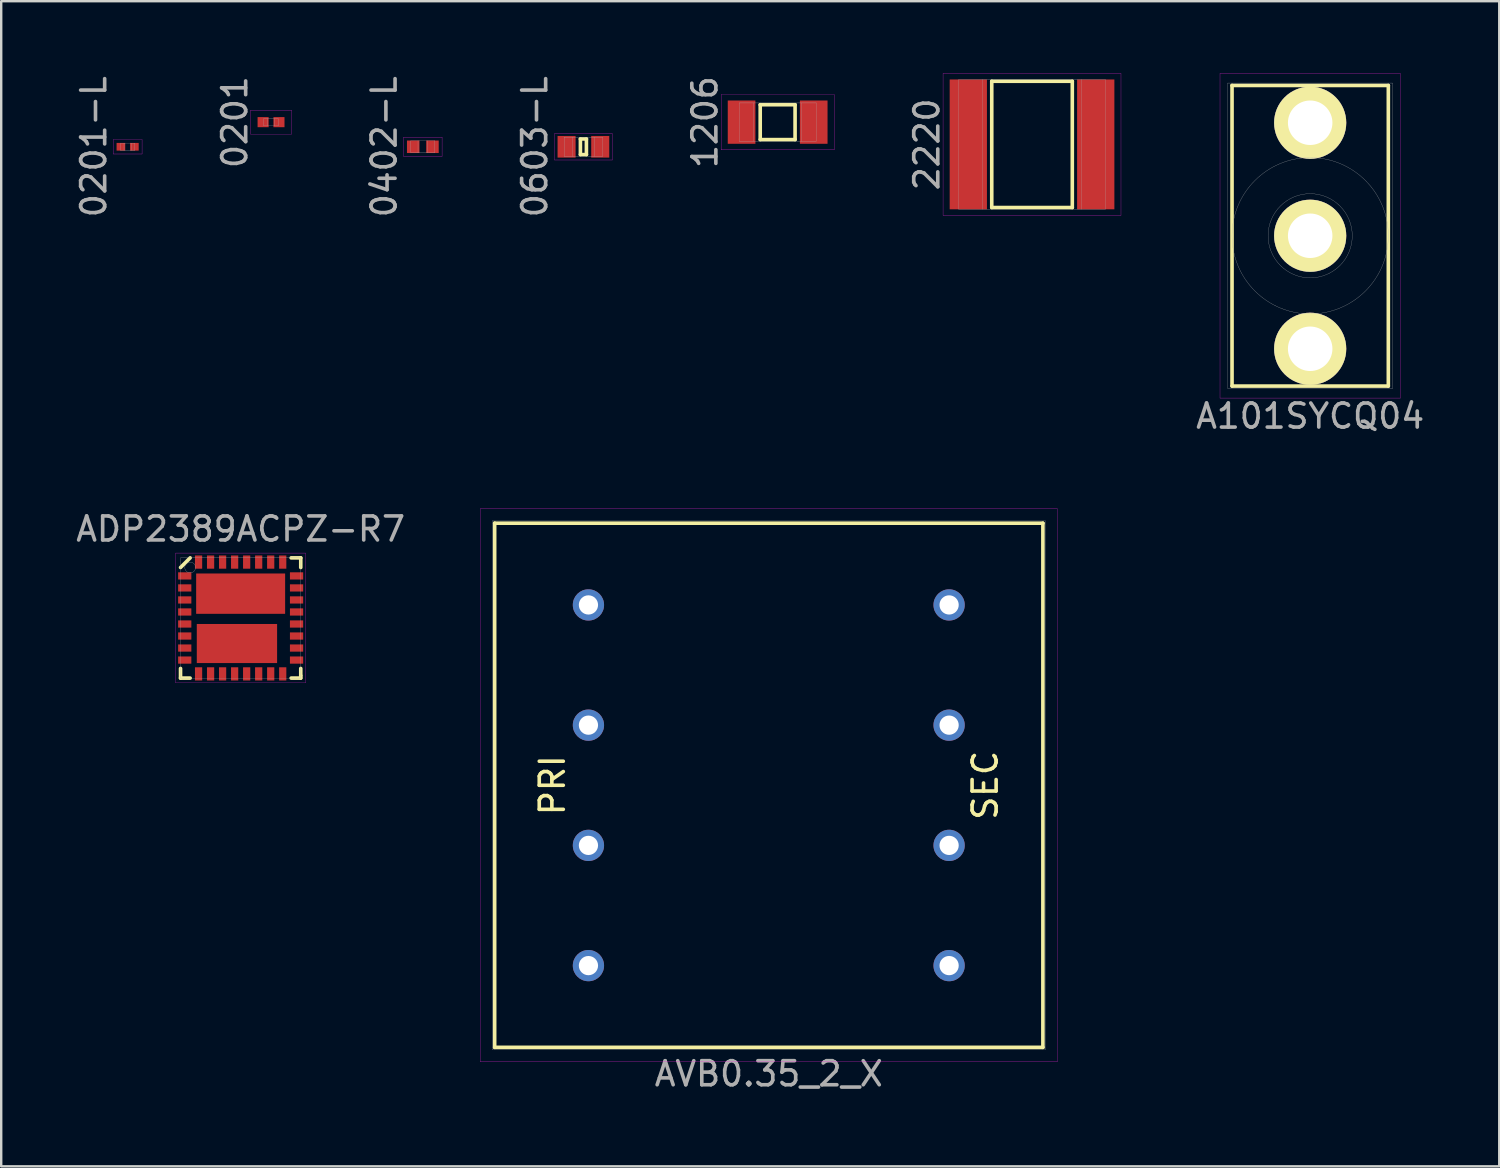
<source format=kicad_pcb>
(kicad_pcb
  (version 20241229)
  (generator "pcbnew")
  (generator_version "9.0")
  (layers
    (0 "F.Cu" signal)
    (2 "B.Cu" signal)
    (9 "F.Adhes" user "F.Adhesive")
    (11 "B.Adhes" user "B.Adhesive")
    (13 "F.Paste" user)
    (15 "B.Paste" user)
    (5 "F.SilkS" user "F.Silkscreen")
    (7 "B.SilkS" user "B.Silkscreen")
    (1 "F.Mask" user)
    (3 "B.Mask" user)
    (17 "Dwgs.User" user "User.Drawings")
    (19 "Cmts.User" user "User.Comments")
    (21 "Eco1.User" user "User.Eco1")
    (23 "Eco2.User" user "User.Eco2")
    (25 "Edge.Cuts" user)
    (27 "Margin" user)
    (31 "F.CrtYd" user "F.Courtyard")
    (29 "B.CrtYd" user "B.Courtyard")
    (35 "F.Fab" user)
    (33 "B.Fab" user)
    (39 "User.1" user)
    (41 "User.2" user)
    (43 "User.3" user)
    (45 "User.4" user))
  (footprint "0201-L"
    (layer "F.Cu")
    (at 2.258 3.054)
    (property "Reference" "0201-L" (at -1.41 0 90) (layer "F.Fab") (effects (font (size 1 1) (thickness 0.15))))
    (attr through_hole)
    (fp_line (start -0.6 -0.3) (end 0.6 -0.3) (stroke (width 0.01) (type solid)) (layer "F.CrtYd"))
    (fp_line (start -0.6 0.3) (end -0.6 -0.3) (stroke (width 0.01) (type solid)) (layer "F.CrtYd"))
    (fp_line (start 0.6 -0.3) (end 0.6 0.3) (stroke (width 0.01) (type solid)) (layer "F.CrtYd"))
    (fp_line (start 0.6 0.3) (end -0.6 0.3) (stroke (width 0.01) (type solid)) (layer "F.CrtYd"))
    (fp_line (start -0.3 -0.15) (end 0.3 -0.15) (stroke (width 0.01) (type solid)) (layer "F.Fab"))
    (fp_line (start -0.3 0.15) (end -0.3 -0.15) (stroke (width 0.01) (type solid)) (layer "F.Fab"))
    (fp_line (start -0.15 -0.15) (end -0.15 0.15) (stroke (width 0.01) (type solid)) (layer "F.Fab"))
    (fp_line (start 0.15 -0.15) (end 0.15 0.15) (stroke (width 0.01) (type solid)) (layer "F.Fab"))
    (fp_line (start 0.3 -0.15) (end 0.3 0.15) (stroke (width 0.01) (type solid)) (layer "F.Fab"))
    (fp_line (start 0.3 0.15) (end -0.3 0.15) (stroke (width 0.01) (type solid)) (layer "F.Fab"))
    (pad "1" smd rect (at -0.28 0) (size 0.36 0.32) (layers "F.Cu" "F.Mask" "F.Paste"))
    (pad "2" smd rect (at 0.28 0) (size 0.36 0.32) (layers "F.Cu" "F.Mask" "F.Paste")))
  (footprint "0201"
    (layer "F.Cu")
    (at 8.222 2.03)
    (property "Reference" "0201" (at -1.51 0 90) (layer "F.Fab") (effects (font (size 1 1) (thickness 0.15))))
    (attr through_hole)
    (fp_line (start -0.85 -0.5) (end 0.85 -0.5) (stroke (width 0.01) (type solid)) (layer "F.CrtYd"))
    (fp_line (start -0.85 0.5) (end -0.85 -0.5) (stroke (width 0.01) (type solid)) (layer "F.CrtYd"))
    (fp_line (start 0.85 -0.5) (end 0.85 0.5) (stroke (width 0.01) (type solid)) (layer "F.CrtYd"))
    (fp_line (start 0.85 0.5) (end -0.85 0.5) (stroke (width 0.01) (type solid)) (layer "F.CrtYd"))
    (fp_line (start -0.3 -0.15) (end 0.3 -0.15) (stroke (width 0.01) (type solid)) (layer "F.Fab"))
    (fp_line (start -0.3 0.15) (end -0.3 -0.15) (stroke (width 0.01) (type solid)) (layer "F.Fab"))
    (fp_line (start -0.15 -0.15) (end -0.15 0.15) (stroke (width 0.01) (type solid)) (layer "F.Fab"))
    (fp_line (start 0.15 -0.15) (end 0.15 0.15) (stroke (width 0.01) (type solid)) (layer "F.Fab"))
    (fp_line (start 0.3 -0.15) (end 0.3 0.15) (stroke (width 0.01) (type solid)) (layer "F.Fab"))
    (fp_line (start 0.3 0.15) (end -0.3 0.15) (stroke (width 0.01) (type solid)) (layer "F.Fab"))
    (pad "1" smd rect (at -0.33 0) (size 0.46 0.42) (layers "F.Cu" "F.Mask" "F.Paste"))
    (pad "2" smd rect (at 0.33 0) (size 0.46 0.42) (layers "F.Cu" "F.Mask" "F.Paste")))
  (footprint "0603-L"
    (layer "F.Cu")
    (at 21.213 3.054)
    (property "Reference" "0603-L" (at -2.025 0 90) (layer "F.Fab") (effects (font (size 1 1) (thickness 0.15))))
    (attr through_hole)
    (fp_line (start -0.125 -0.325) (end 0.125 -0.325) (stroke (width 0.15) (type solid)) (layer "F.SilkS"))
    (fp_line (start -0.125 0.325) (end -0.125 -0.325) (stroke (width 0.15) (type solid)) (layer "F.SilkS"))
    (fp_line (start 0.125 -0.325) (end 0.125 0.325) (stroke (width 0.15) (type solid)) (layer "F.SilkS"))
    (fp_line (start 0.125 0.325) (end -0.125 0.325) (stroke (width 0.15) (type solid)) (layer "F.SilkS"))
    (fp_line (start -1.2 -0.55) (end 1.2 -0.55) (stroke (width 0.01) (type solid)) (layer "F.CrtYd"))
    (fp_line (start -1.2 0.55) (end -1.2 -0.55) (stroke (width 0.01) (type solid)) (layer "F.CrtYd"))
    (fp_line (start 1.2 -0.55) (end 1.2 0.55) (stroke (width 0.01) (type solid)) (layer "F.CrtYd"))
    (fp_line (start 1.2 0.55) (end -1.2 0.55) (stroke (width 0.01) (type solid)) (layer "F.CrtYd"))
    (fp_line (start -0.8 -0.4) (end 0.8 -0.4) (stroke (width 0.01) (type solid)) (layer "F.Fab"))
    (fp_line (start -0.8 0.4) (end -0.8 -0.4) (stroke (width 0.01) (type solid)) (layer "F.Fab"))
    (fp_line (start -0.45 -0.4) (end -0.45 0.4) (stroke (width 0.01) (type solid)) (layer "F.Fab"))
    (fp_line (start 0.45 -0.4) (end 0.45 0.4) (stroke (width 0.01) (type solid)) (layer "F.Fab"))
    (fp_line (start 0.8 -0.4) (end 0.8 0.4) (stroke (width 0.01) (type solid)) (layer "F.Fab"))
    (fp_line (start 0.8 0.4) (end -0.8 0.4) (stroke (width 0.01) (type solid)) (layer "F.Fab"))
    (pad "1" smd rect (at -0.7 0) (size 0.75 0.9) (layers "F.Cu" "F.Mask" "F.Paste"))
    (pad "2" smd rect (at 0.7 0) (size 0.75 0.9) (layers "F.Cu" "F.Mask" "F.Paste")))
  (footprint "2220"
    (layer "F.Cu")
    (at 39.87 2.955)
    (property "Reference" "2220" (at -4.375 0 90) (layer "F.Fab") (effects (font (size 1 1) (thickness 0.15))))
    (attr through_hole)
    (fp_line (start -1.675 -2.625) (end 1.675 -2.625) (stroke (width 0.15) (type solid)) (layer "F.SilkS"))
    (fp_line (start -1.675 2.625) (end -1.675 -2.625) (stroke (width 0.15) (type solid)) (layer "F.SilkS"))
    (fp_line (start 1.675 -2.625) (end 1.675 2.625) (stroke (width 0.15) (type solid)) (layer "F.SilkS"))
    (fp_line (start 1.675 2.625) (end -1.675 2.625) (stroke (width 0.15) (type solid)) (layer "F.SilkS"))
    (fp_line (start -3.7 -2.95) (end 3.7 -2.95) (stroke (width 0.01) (type solid)) (layer "F.CrtYd"))
    (fp_line (start -3.7 2.95) (end -3.7 -2.95) (stroke (width 0.01) (type solid)) (layer "F.CrtYd"))
    (fp_line (start 3.7 -2.95) (end 3.7 2.95) (stroke (width 0.01) (type solid)) (layer "F.CrtYd"))
    (fp_line (start 3.7 2.95) (end -3.7 2.95) (stroke (width 0.01) (type solid)) (layer "F.CrtYd"))
    (fp_line (start -3.05 -2.7) (end 3.05 -2.7) (stroke (width 0.01) (type solid)) (layer "F.Fab"))
    (fp_line (start -3.05 2.7) (end -3.05 -2.7) (stroke (width 0.01) (type solid)) (layer "F.Fab"))
    (fp_line (start -2.05 -2.7) (end -2.05 2.7) (stroke (width 0.01) (type solid)) (layer "F.Fab"))
    (fp_line (start 2.05 -2.7) (end 2.05 2.7) (stroke (width 0.01) (type solid)) (layer "F.Fab"))
    (fp_line (start 3.05 -2.7) (end 3.05 2.7) (stroke (width 0.01) (type solid)) (layer "F.Fab"))
    (fp_line (start 3.05 2.7) (end -3.05 2.7) (stroke (width 0.01) (type solid)) (layer "F.Fab"))
    (pad "1" smd rect (at -2.65 0) (size 1.55 5.4) (layers "F.Cu" "F.Mask" "F.Paste"))
    (pad "2" smd rect (at 2.65 0) (size 1.55 5.4) (layers "F.Cu" "F.Mask" "F.Paste")))
  (footprint "1206"
    (layer "F.Cu")
    (at 29.291 2.03)
    (property "Reference" "1206" (at -3.025 0 90) (layer "F.Fab") (effects (font (size 1 1) (thickness 0.15))))
    (attr through_hole)
    (fp_line (start -0.725 -0.725) (end 0.725 -0.725) (stroke (width 0.15) (type solid)) (layer "F.SilkS"))
    (fp_line (start -0.725 0.725) (end -0.725 -0.725) (stroke (width 0.15) (type solid)) (layer "F.SilkS"))
    (fp_line (start 0.725 -0.725) (end 0.725 0.725) (stroke (width 0.15) (type solid)) (layer "F.SilkS"))
    (fp_line (start 0.725 0.725) (end -0.725 0.725) (stroke (width 0.15) (type solid)) (layer "F.SilkS"))
    (fp_line (start -2.35 -1.15) (end 2.35 -1.15) (stroke (width 0.01) (type solid)) (layer "F.CrtYd"))
    (fp_line (start -2.35 1.15) (end -2.35 -1.15) (stroke (width 0.01) (type solid)) (layer "F.CrtYd"))
    (fp_line (start 2.35 -1.15) (end 2.35 1.15) (stroke (width 0.01) (type solid)) (layer "F.CrtYd"))
    (fp_line (start 2.35 1.15) (end -2.35 1.15) (stroke (width 0.01) (type solid)) (layer "F.CrtYd"))
    (fp_line (start -1.6 -0.8) (end 1.6 -0.8) (stroke (width 0.01) (type solid)) (layer "F.Fab"))
    (fp_line (start -1.6 0.8) (end -1.6 -0.8) (stroke (width 0.01) (type solid)) (layer "F.Fab"))
    (fp_line (start -1 -0.8) (end -1 0.8) (stroke (width 0.01) (type solid)) (layer "F.Fab"))
    (fp_line (start 1 -0.8) (end 1 0.8) (stroke (width 0.01) (type solid)) (layer "F.Fab"))
    (fp_line (start 1.6 -0.8) (end 1.6 0.8) (stroke (width 0.01) (type solid)) (layer "F.Fab"))
    (fp_line (start 1.6 0.8) (end -1.6 0.8) (stroke (width 0.01) (type solid)) (layer "F.Fab"))
    (pad "1" smd rect (at -1.5 0) (size 1.15 1.8) (layers "F.Cu" "F.Mask" "F.Paste"))
    (pad "2" smd rect (at 1.5 0) (size 1.15 1.8) (layers "F.Cu" "F.Mask" "F.Paste")))
  (footprint "AVB0.35_2_X"
    (layer "F.Cu")
    (at 28.922 29.608)
    (property "Reference" "AVB0.35_2_X" (at 0 12 0) (layer "F.Fab") (effects (font (size 1 1) (thickness 0.15))))
    (attr through_hole)
    (fp_line (start -11.4 -10.9) (end -11.4 10.9) (stroke (width 0.15) (type solid)) (layer "F.SilkS"))
    (fp_line (start -11.4 10.9) (end 11.4 10.9) (stroke (width 0.15) (type solid)) (layer "F.SilkS"))
    (fp_line (start 11.4 -10.9) (end -11.4 -10.9) (stroke (width 0.15) (type solid)) (layer "F.SilkS"))
    (fp_line (start 11.4 10.9) (end 11.4 -10.9) (stroke (width 0.15) (type solid)) (layer "F.SilkS"))
    (fp_line (start -12 -11.5) (end 12 -11.5) (stroke (width 0.01) (type solid)) (layer "F.CrtYd"))
    (fp_line (start -12 11.5) (end -12 -11.5) (stroke (width 0.01) (type solid)) (layer "F.CrtYd"))
    (fp_line (start 12 -11.5) (end 12 11.5) (stroke (width 0.01) (type solid)) (layer "F.CrtYd"))
    (fp_line (start 12 11.5) (end -12 11.5) (stroke (width 0.01) (type solid)) (layer "F.CrtYd"))
    (fp_line (start -11.5 -11) (end 11.5 -11) (stroke (width 0.01) (type solid)) (layer "F.Fab"))
    (fp_line (start -11.5 11) (end -11.5 -11) (stroke (width 0.01) (type solid)) (layer "F.Fab"))
    (fp_line (start 11.5 -11) (end 11.5 11) (stroke (width 0.01) (type solid)) (layer "F.Fab"))
    (fp_line (start 11.5 11) (end -11.5 11) (stroke (width 0.01) (type solid)) (layer "F.Fab"))
    (fp_text user "SEC" (at 9 0 270) (layer "F.SilkS") (effects (font (size 1 1) (thickness 0.15))))
    (fp_text user "PRI" (at -9 0 90) (layer "F.SilkS") (effects (font (size 1 1) (thickness 0.15))))
    (pad "1" thru_hole circle (at -7.5 -7.5) (size 1.3 1.3) (drill 0.8) (layers "*.Cu" "*.Mask"))
    (pad "2" thru_hole circle (at -7.5 -2.5) (size 1.3 1.3) (drill 0.8) (layers "*.Cu" "*.Mask"))
    (pad "3" thru_hole circle (at -7.5 2.5) (size 1.3 1.3) (drill 0.8) (layers "*.Cu" "*.Mask"))
    (pad "4" thru_hole circle (at -7.5 7.5) (size 1.3 1.3) (drill 0.8) (layers "*.Cu" "*.Mask"))
    (pad "5" thru_hole circle (at 7.5 7.5) (size 1.3 1.3) (drill 0.8) (layers "*.Cu" "*.Mask"))
    (pad "6" thru_hole circle (at 7.5 2.5) (size 1.3 1.3) (drill 0.8) (layers "*.Cu" "*.Mask"))
    (pad "7" thru_hole circle (at 7.5 -2.5) (size 1.3 1.3) (drill 0.8) (layers "*.Cu" "*.Mask"))
    (pad "8" thru_hole circle (at 7.5 -7.5) (size 1.3 1.3) (drill 0.8) (layers "*.Cu" "*.Mask")))
  (footprint "0402-L"
    (layer "F.Cu")
    (at 14.535 3.054)
    (property "Reference" "0402-L" (at -1.61 0 90) (layer "F.Fab") (effects (font (size 1 1) (thickness 0.15))))
    (attr through_hole)
    (fp_line (start -0.8 -0.4) (end 0.8 -0.4) (stroke (width 0.01) (type solid)) (layer "F.CrtYd"))
    (fp_line (start -0.8 0.4) (end -0.8 -0.4) (stroke (width 0.01) (type solid)) (layer "F.CrtYd"))
    (fp_line (start 0.8 -0.4) (end 0.8 0.4) (stroke (width 0.01) (type solid)) (layer "F.CrtYd"))
    (fp_line (start 0.8 0.4) (end -0.8 0.4) (stroke (width 0.01) (type solid)) (layer "F.CrtYd"))
    (fp_line (start -0.5 -0.25) (end 0.5 -0.25) (stroke (width 0.01) (type solid)) (layer "F.Fab"))
    (fp_line (start -0.5 0.25) (end -0.5 -0.25) (stroke (width 0.01) (type solid)) (layer "F.Fab"))
    (fp_line (start -0.2 -0.25) (end -0.2 0.25) (stroke (width 0.01) (type solid)) (layer "F.Fab"))
    (fp_line (start 0.2 -0.25) (end 0.2 0.25) (stroke (width 0.01) (type solid)) (layer "F.Fab"))
    (fp_line (start 0.5 -0.25) (end 0.5 0.25) (stroke (width 0.01) (type solid)) (layer "F.Fab"))
    (fp_line (start 0.5 0.25) (end -0.5 0.25) (stroke (width 0.01) (type solid)) (layer "F.Fab"))
    (pad "1" smd rect (at -0.4 0) (size 0.52 0.52) (layers "F.Cu" "F.Mask" "F.Paste"))
    (pad "2" smd rect (at 0.4 0) (size 0.52 0.52) (layers "F.Cu" "F.Mask" "F.Paste")))
  (footprint "ADP2389ACPZ-R7"
    (layer "F.Cu")
    (at 6.958 22.651)
    (property "Reference" "ADP2389ACPZ-R7" (at 0 -3.7 0) (layer "F.Fab") (effects (font (size 1 1) (thickness 0.15))))
    (attr through_hole)
    (fp_line (start -2.5 2.1) (end -2.5 2.5) (stroke (width 0.15) (type solid)) (layer "F.SilkS"))
    (fp_line (start -2.5 2.5) (end -2.1 2.5) (stroke (width 0.15) (type solid)) (layer "F.SilkS"))
    (fp_line (start -2.1 -2.5) (end -2.5 -2.1) (stroke (width 0.15) (type solid)) (layer "F.SilkS"))
    (fp_line (start 2.5 -2.5) (end 2.1 -2.5) (stroke (width 0.15) (type solid)) (layer "F.SilkS"))
    (fp_line (start 2.5 -2.5) (end 2.5 -2.1) (stroke (width 0.15) (type solid)) (layer "F.SilkS"))
    (fp_line (start 2.5 2.1) (end 2.5 2.4) (stroke (width 0.15) (type solid)) (layer "F.SilkS"))
    (fp_line (start 2.5 2.4) (end 2.5 2.5) (stroke (width 0.15) (type solid)) (layer "F.SilkS"))
    (fp_line (start 2.5 2.5) (end 2.1 2.5) (stroke (width 0.15) (type solid)) (layer "F.SilkS"))
    (fp_poly (pts (xy -1.6 -1.6) (xy -0.2 -1.6) (xy -0.2 -0.4) (xy -1.6 -0.4)) (stroke (width 0.15) (type solid)) (fill yes) (layer "F.Paste"))
    (fp_poly (pts (xy -1.6 0.9) (xy -1.6 0.5) (xy 1.3 0.5) (xy 1.3 0.9)) (stroke (width 0.15) (type solid)) (fill yes) (layer "F.Paste"))
    (fp_poly (pts (xy -1.6 1.6) (xy -1.6 1.2) (xy 1.3 1.2) (xy 1.3 1.6)) (stroke (width 0.15) (type solid)) (fill yes) (layer "F.Paste"))
    (fp_poly (pts (xy 1.6 -1.6) (xy 0.2 -1.6) (xy 0.2 -0.4) (xy 1.6 -0.4)) (stroke (width 0.15) (type solid)) (fill yes) (layer "F.Paste"))
    (fp_line (start -2.7 -2.7) (end -2.7 2.7) (stroke (width 0.01) (type solid)) (layer "F.CrtYd"))
    (fp_line (start -2.7 2.7) (end 2.7 2.7) (stroke (width 0.01) (type solid)) (layer "F.CrtYd"))
    (fp_line (start 2.7 -2.7) (end -2.7 -2.7) (stroke (width 0.01) (type solid)) (layer "F.CrtYd"))
    (fp_line (start 2.7 2.7) (end 2.7 -2.7) (stroke (width 0.01) (type solid)) (layer "F.CrtYd"))
    (fp_line (start -2.5 -2.5) (end -2.5 2.5) (stroke (width 0.01) (type solid)) (layer "F.Fab"))
    (fp_line (start -2.5 -2.5) (end 2.5 -2.5) (stroke (width 0.01) (type solid)) (layer "F.Fab"))
    (fp_line (start -2.5 2.5) (end 2.5 2.5) (stroke (width 0.01) (type solid)) (layer "F.Fab"))
    (fp_line (start 2.5 2.5) (end 2.5 -2.5) (stroke (width 0.01) (type solid)) (layer "F.Fab"))
    (fp_circle (center -2.1 -2.1) (end -1.9 -2) (stroke (width 0.01) (type solid)) (fill no) (layer "F.Fab"))
    (pad "1" smd rect (at -2.325 -1.75) (size 0.55 0.3) (layers "F.Cu" "F.Mask" "F.Paste"))
    (pad "2" smd rect (at -2.325 -1.25) (size 0.55 0.3) (layers "F.Cu" "F.Mask" "F.Paste"))
    (pad "3" smd rect (at -2.325 -0.75) (size 0.55 0.3) (layers "F.Cu" "F.Mask" "F.Paste"))
    (pad "4" smd rect (at -2.325 -0.25) (size 0.55 0.3) (layers "F.Cu" "F.Mask" "F.Paste"))
    (pad "5" smd rect (at -2.325 0.25) (size 0.55 0.3) (layers "F.Cu" "F.Mask" "F.Paste"))
    (pad "6" smd rect (at -2.325 0.75) (size 0.55 0.3) (layers "F.Cu" "F.Mask" "F.Paste"))
    (pad "7" smd rect (at -2.325 1.25) (size 0.55 0.3) (layers "F.Cu" "F.Mask" "F.Paste"))
    (pad "8" smd rect (at -2.325 1.75) (size 0.55 0.3) (layers "F.Cu" "F.Mask" "F.Paste"))
    (pad "9" smd rect (at -1.75 2.325 90) (size 0.55 0.3) (layers "F.Cu" "F.Mask" "F.Paste"))
    (pad "10" smd rect (at -1.25 2.325 90) (size 0.55 0.3) (layers "F.Cu" "F.Mask" "F.Paste"))
    (pad "11" smd rect (at -0.75 2.325 90) (size 0.55 0.3) (layers "F.Cu" "F.Mask" "F.Paste"))
    (pad "12" smd rect (at -0.25 2.325 90) (size 0.55 0.3) (layers "F.Cu" "F.Mask" "F.Paste"))
    (pad "13" smd rect (at 0.25 2.325 90) (size 0.55 0.3) (layers "F.Cu" "F.Mask" "F.Paste"))
    (pad "14" smd rect (at 0.75 2.325 270) (size 0.55 0.3) (layers "F.Cu" "F.Mask" "F.Paste"))
    (pad "15" smd rect (at 1.25 2.325 90) (size 0.55 0.3) (layers "F.Cu" "F.Mask" "F.Paste"))
    (pad "16" smd rect (at 1.75 2.325 90) (size 0.55 0.3) (layers "F.Cu" "F.Mask" "F.Paste"))
    (pad "17" smd rect (at 2.325 1.75 180) (size 0.55 0.3) (layers "F.Cu" "F.Mask" "F.Paste"))
    (pad "18" smd rect (at 2.325 1.25 180) (size 0.55 0.3) (layers "F.Cu" "F.Mask" "F.Paste"))
    (pad "19" smd rect (at 2.325 0.75 180) (size 0.55 0.3) (layers "F.Cu" "F.Mask" "F.Paste"))
    (pad "20" smd rect (at 2.325 0.25 180) (size 0.55 0.3) (layers "F.Cu" "F.Mask" "F.Paste"))
    (pad "21" smd rect (at 2.325 -0.25 180) (size 0.55 0.3) (layers "F.Cu" "F.Mask" "F.Paste"))
    (pad "22" smd rect (at 2.325 -0.75 180) (size 0.55 0.3) (layers "F.Cu" "F.Mask" "F.Paste"))
    (pad "23" smd rect (at 2.325 -1.25 180) (size 0.55 0.3) (layers "F.Cu" "F.Mask" "F.Paste"))
    (pad "24" smd rect (at 2.325 -1.75 180) (size 0.55 0.3) (layers "F.Cu" "F.Mask" "F.Paste"))
    (pad "25" smd rect (at 1.75 -2.325 270) (size 0.55 0.3) (layers "F.Cu" "F.Mask" "F.Paste"))
    (pad "26" smd rect (at 1.25 -2.325 270) (size 0.55 0.3) (layers "F.Cu" "F.Mask" "F.Paste"))
    (pad "27" smd rect (at 0.75 -2.325 270) (size 0.55 0.3) (layers "F.Cu" "F.Mask" "F.Paste"))
    (pad "28" smd rect (at 0.25 -2.325 90) (size 0.55 0.3) (layers "F.Cu" "F.Mask" "F.Paste"))
    (pad "29" smd rect (at -0.25 -2.325 90) (size 0.55 0.3) (layers "F.Cu" "F.Mask" "F.Paste"))
    (pad "30" smd rect (at -0.75 -2.325 270) (size 0.55 0.3) (layers "F.Cu" "F.Mask" "F.Paste"))
    (pad "31" smd rect (at -1.25 -2.325 90) (size 0.55 0.3) (layers "F.Cu" "F.Mask" "F.Paste"))
    (pad "32" smd rect (at -1.75 -2.325 270) (size 0.55 0.3) (layers "F.Cu" "F.Mask" "F.Paste"))
    (pad "33" smd rect (at 0 -1.012 180) (size 3.7 1.677) (layers "F.Cu" "F.Mask"))
    (pad "34" smd rect (at -0.154 1.062 180) (size 3.34 1.625) (layers "F.Cu" "F.Mask")))
  (footprint "A101SYCQ04"
    (layer "F.Cu")
    (at 51.438 6.755)
    (property "Reference" "A101SYCQ04" (at 0 7.5 0) (layer "F.Fab") (effects (font (size 1 1) (thickness 0.15))))
    (attr through_hole)
    (fp_line (start -3.25 -6.25) (end -3.25 6.25) (stroke (width 0.15) (type solid)) (layer "F.SilkS"))
    (fp_line (start -3.25 6.25) (end 3.25 6.25) (stroke (width 0.15) (type solid)) (layer "F.SilkS"))
    (fp_line (start 3.25 -6.25) (end -3.25 -6.25) (stroke (width 0.15) (type solid)) (layer "F.SilkS"))
    (fp_line (start 3.25 6.25) (end 3.25 -6.25) (stroke (width 0.15) (type solid)) (layer "F.SilkS"))
    (fp_line (start -3.75 -6.75) (end 3.75 -6.75) (stroke (width 0.01) (type solid)) (layer "F.CrtYd"))
    (fp_line (start -3.75 6.75) (end -3.75 -6.75) (stroke (width 0.01) (type solid)) (layer "F.CrtYd"))
    (fp_line (start 3.75 -6.75) (end 3.75 6.75) (stroke (width 0.01) (type solid)) (layer "F.CrtYd"))
    (fp_line (start 3.75 6.75) (end -3.75 6.75) (stroke (width 0.01) (type solid)) (layer "F.CrtYd"))
    (fp_line (start -3.43 -6.35) (end -3.43 6.35) (stroke (width 0.01) (type solid)) (layer "F.Fab"))
    (fp_line (start -3.43 -6.35) (end 3.43 -6.35) (stroke (width 0.01) (type solid)) (layer "F.Fab"))
    (fp_line (start -3.43 6.35) (end 3.43 6.35) (stroke (width 0.01) (type solid)) (layer "F.Fab"))
    (fp_line (start 3.43 -6.35) (end 3.43 6.35) (stroke (width 0.01) (type solid)) (layer "F.Fab"))
    (fp_circle (center 0 0) (end 1.75 0) (stroke (width 0.01) (type solid)) (fill no) (layer "F.Fab"))
    (fp_circle (center 0 0) (end 3.25 0) (stroke (width 0.01) (type solid)) (fill no) (layer "F.Fab"))
    (pad "1" thru_hole circle (at 0 -4.7) (size 3 3) (drill 1.85) (layers "*.Cu" "*.Mask" "F.SilkS"))
    (pad "2" thru_hole circle (at 0 0) (size 3 3) (drill 1.85) (layers "*.Cu" "*.Mask" "F.SilkS"))
    (pad "3" thru_hole circle (at 0 4.7) (size 3 3) (drill 1.85) (layers "*.Cu" "*.Mask" "F.SilkS")))
  (gr_rect
    (start -3 -3)
    (end 59.301 45.456)
    (stroke (width 0.1) (type default))
    (fill no)
    (layer "Edge.Cuts")))
</source>
